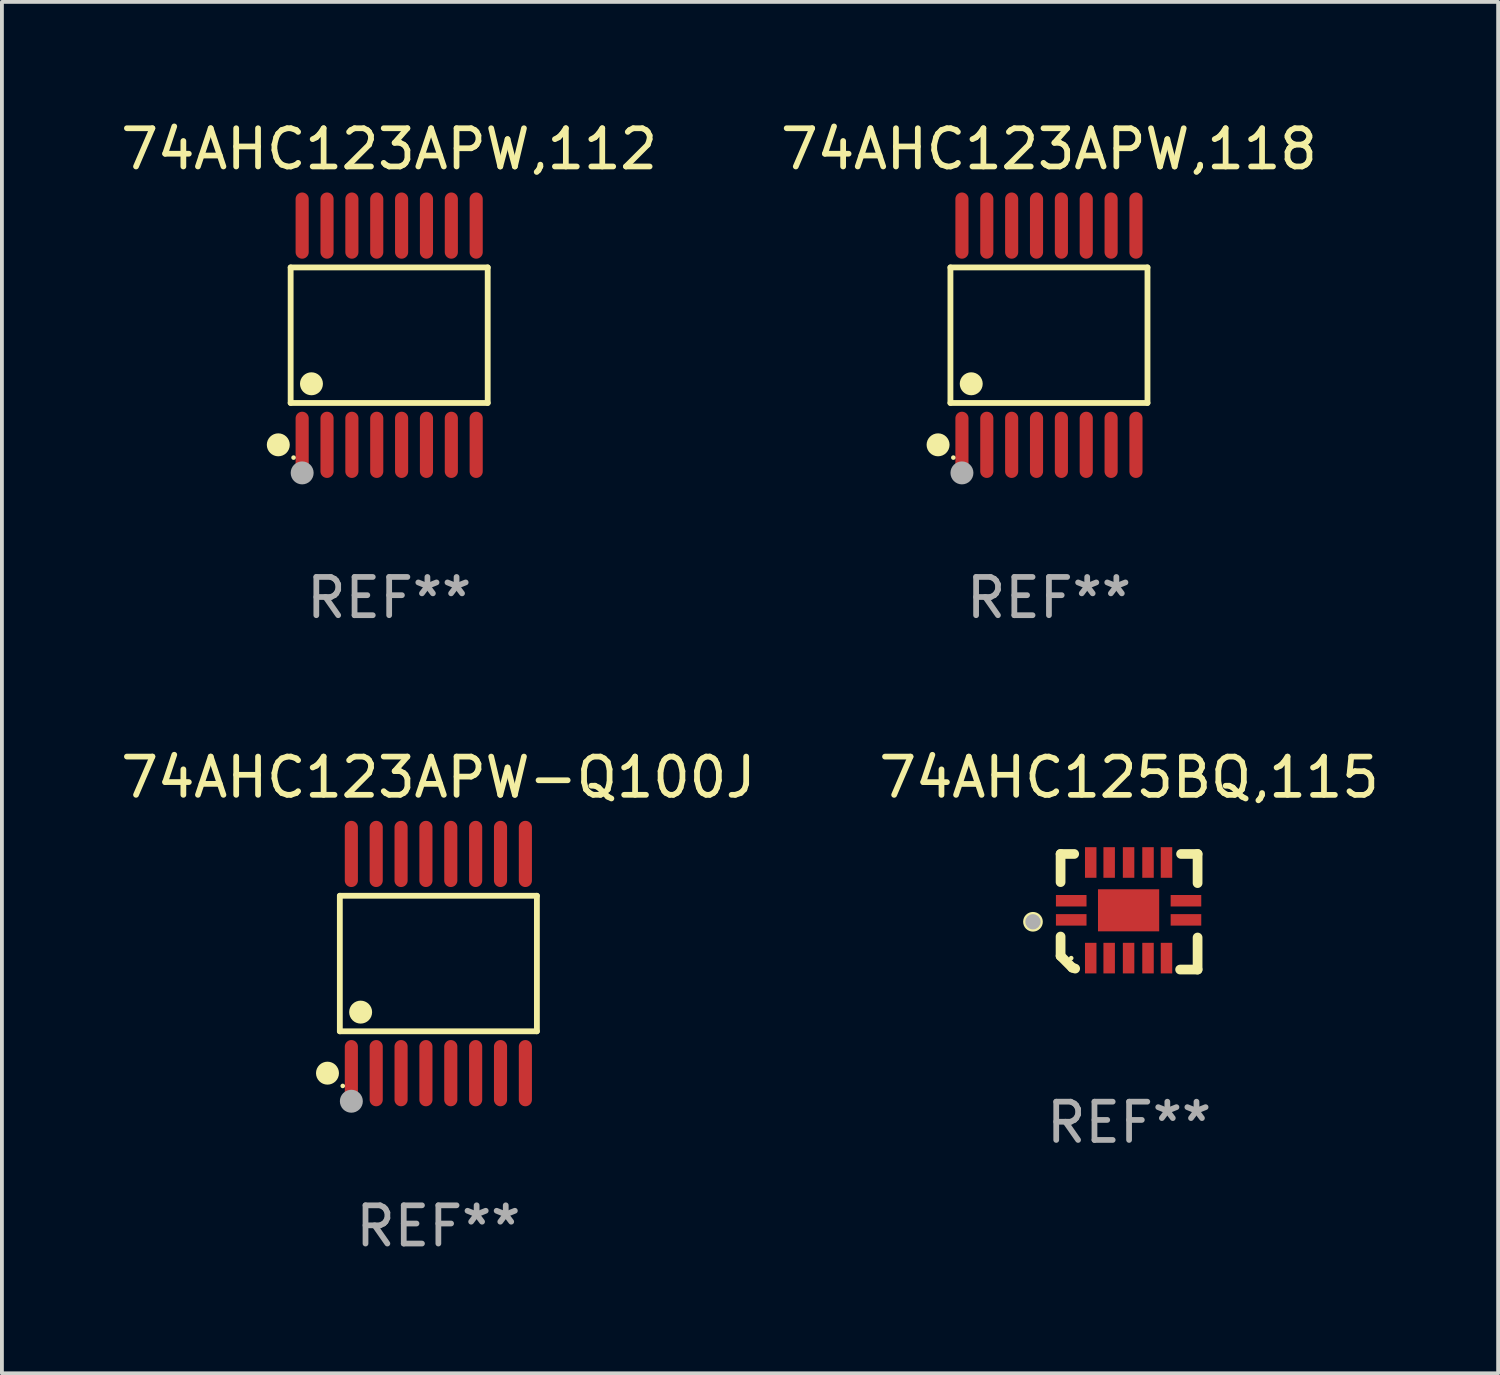
<source format=kicad_pcb>
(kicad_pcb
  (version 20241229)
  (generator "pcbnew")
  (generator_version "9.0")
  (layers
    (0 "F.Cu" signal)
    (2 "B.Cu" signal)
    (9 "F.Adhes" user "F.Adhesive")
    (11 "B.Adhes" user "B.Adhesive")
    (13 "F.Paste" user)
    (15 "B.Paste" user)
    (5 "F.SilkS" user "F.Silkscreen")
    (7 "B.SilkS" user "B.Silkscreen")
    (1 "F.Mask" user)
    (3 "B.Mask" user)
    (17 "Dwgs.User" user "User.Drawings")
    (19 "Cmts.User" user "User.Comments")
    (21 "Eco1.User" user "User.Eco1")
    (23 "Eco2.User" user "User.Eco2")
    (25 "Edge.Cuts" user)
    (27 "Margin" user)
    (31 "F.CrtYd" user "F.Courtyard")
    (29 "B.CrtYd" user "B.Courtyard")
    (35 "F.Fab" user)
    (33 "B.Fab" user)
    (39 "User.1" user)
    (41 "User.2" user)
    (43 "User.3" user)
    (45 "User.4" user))
  (footprint "74AHC123APW,118"
    (layer "F.Cu")
    (at 24.375 5.714)
    (property "Reference" "74AHC123APW,118" (at 0 -4.866 0) (layer "F.SilkS") (effects (font (size 1 1) (thickness 0.15))))
    (attr through_hole)
    (fp_line (start -2.576 -1.772) (end 2.576 -1.772) (stroke (width 0.152) (type solid)) (layer "F.SilkS"))
    (fp_line (start -2.576 1.771) (end -2.576 -1.772) (stroke (width 0.152) (type solid)) (layer "F.SilkS"))
    (fp_line (start 2.576 -1.772) (end 2.576 1.771) (stroke (width 0.152) (type solid)) (layer "F.SilkS"))
    (fp_line (start 2.576 1.771) (end -2.576 1.771) (stroke (width 0.152) (type solid)) (layer "F.SilkS"))
    (fp_circle (center -2.899 2.866) (end -2.749 2.866) (stroke (width 0.3) (type solid)) (fill no) (layer "F.SilkS"))
    (fp_circle (center -2.5 3.2) (end -2.47 3.2) (stroke (width 0.06) (type solid)) (fill no) (layer "F.SilkS"))
    (fp_circle (center -2.032 1.27) (end -1.882 1.27) (stroke (width 0.3) (type solid)) (fill no) (layer "F.SilkS"))
    (fp_circle (center -2.275 3.6) (end -2.125 3.6) (stroke (width 0.3) (type solid)) (fill no) (layer "F.Fab"))
    (fp_text user "REF**" (at 0 6.866 0) (layer "F.Fab") (effects (font (size 1 1) (thickness 0.15))))
    (pad "1" smd oval (at -2.275 2.866) (size 0.343 1.731) (layers "F.Cu" "F.Mask" "F.Paste"))
    (pad "2" smd oval (at -1.625 2.866) (size 0.343 1.731) (layers "F.Cu" "F.Mask" "F.Paste"))
    (pad "3" smd oval (at -0.975 2.866) (size 0.343 1.731) (layers "F.Cu" "F.Mask" "F.Paste"))
    (pad "4" smd oval (at -0.325 2.866) (size 0.343 1.731) (layers "F.Cu" "F.Mask" "F.Paste"))
    (pad "5" smd oval (at 0.325 2.866) (size 0.343 1.731) (layers "F.Cu" "F.Mask" "F.Paste"))
    (pad "6" smd oval (at 0.975 2.866) (size 0.343 1.731) (layers "F.Cu" "F.Mask" "F.Paste"))
    (pad "7" smd oval (at 1.625 2.866) (size 0.343 1.731) (layers "F.Cu" "F.Mask" "F.Paste"))
    (pad "8" smd oval (at 2.275 2.866) (size 0.343 1.731) (layers "F.Cu" "F.Mask" "F.Paste"))
    (pad "9" smd oval (at 2.275 -2.866) (size 0.343 1.731) (layers "F.Cu" "F.Mask" "F.Paste"))
    (pad "10" smd oval (at 1.625 -2.866) (size 0.343 1.731) (layers "F.Cu" "F.Mask" "F.Paste"))
    (pad "11" smd oval (at 0.975 -2.866) (size 0.343 1.731) (layers "F.Cu" "F.Mask" "F.Paste"))
    (pad "12" smd oval (at 0.325 -2.866) (size 0.343 1.731) (layers "F.Cu" "F.Mask" "F.Paste"))
    (pad "13" smd oval (at -0.325 -2.866) (size 0.343 1.731) (layers "F.Cu" "F.Mask" "F.Paste"))
    (pad "14" smd oval (at -0.975 -2.866) (size 0.343 1.731) (layers "F.Cu" "F.Mask" "F.Paste"))
    (pad "15" smd oval (at -1.625 -2.866) (size 0.343 1.731) (layers "F.Cu" "F.Mask" "F.Paste"))
    (pad "16" smd oval (at -2.275 -2.866) (size 0.343 1.731) (layers "F.Cu" "F.Mask" "F.Paste")))
  (footprint "74AHC123APW-Q100J"
    (layer "F.Cu")
    (at 8.411 22.142)
    (property "Reference" "74AHC123APW-Q100J" (at 0 -4.866 0) (layer "F.SilkS") (effects (font (size 1 1) (thickness 0.15))))
    (attr through_hole)
    (fp_line (start -2.576 -1.772) (end 2.576 -1.772) (stroke (width 0.152) (type solid)) (layer "F.SilkS"))
    (fp_line (start -2.576 1.771) (end -2.576 -1.772) (stroke (width 0.152) (type solid)) (layer "F.SilkS"))
    (fp_line (start 2.576 -1.772) (end 2.576 1.771) (stroke (width 0.152) (type solid)) (layer "F.SilkS"))
    (fp_line (start 2.576 1.771) (end -2.576 1.771) (stroke (width 0.152) (type solid)) (layer "F.SilkS"))
    (fp_circle (center -2.899 2.866) (end -2.749 2.866) (stroke (width 0.3) (type solid)) (fill no) (layer "F.SilkS"))
    (fp_circle (center -2.5 3.2) (end -2.47 3.2) (stroke (width 0.06) (type solid)) (fill no) (layer "F.SilkS"))
    (fp_circle (center -2.032 1.27) (end -1.882 1.27) (stroke (width 0.3) (type solid)) (fill no) (layer "F.SilkS"))
    (fp_circle (center -2.275 3.6) (end -2.125 3.6) (stroke (width 0.3) (type solid)) (fill no) (layer "F.Fab"))
    (fp_text user "REF**" (at 0 6.866 0) (layer "F.Fab") (effects (font (size 1 1) (thickness 0.15))))
    (pad "1" smd oval (at -2.275 2.866) (size 0.343 1.731) (layers "F.Cu" "F.Mask" "F.Paste"))
    (pad "2" smd oval (at -1.625 2.866) (size 0.343 1.731) (layers "F.Cu" "F.Mask" "F.Paste"))
    (pad "3" smd oval (at -0.975 2.866) (size 0.343 1.731) (layers "F.Cu" "F.Mask" "F.Paste"))
    (pad "4" smd oval (at -0.325 2.866) (size 0.343 1.731) (layers "F.Cu" "F.Mask" "F.Paste"))
    (pad "5" smd oval (at 0.325 2.866) (size 0.343 1.731) (layers "F.Cu" "F.Mask" "F.Paste"))
    (pad "6" smd oval (at 0.975 2.866) (size 0.343 1.731) (layers "F.Cu" "F.Mask" "F.Paste"))
    (pad "7" smd oval (at 1.625 2.866) (size 0.343 1.731) (layers "F.Cu" "F.Mask" "F.Paste"))
    (pad "8" smd oval (at 2.275 2.866) (size 0.343 1.731) (layers "F.Cu" "F.Mask" "F.Paste"))
    (pad "9" smd oval (at 2.275 -2.866) (size 0.343 1.731) (layers "F.Cu" "F.Mask" "F.Paste"))
    (pad "10" smd oval (at 1.625 -2.866) (size 0.343 1.731) (layers "F.Cu" "F.Mask" "F.Paste"))
    (pad "11" smd oval (at 0.975 -2.866) (size 0.343 1.731) (layers "F.Cu" "F.Mask" "F.Paste"))
    (pad "12" smd oval (at 0.325 -2.866) (size 0.343 1.731) (layers "F.Cu" "F.Mask" "F.Paste"))
    (pad "13" smd oval (at -0.325 -2.866) (size 0.343 1.731) (layers "F.Cu" "F.Mask" "F.Paste"))
    (pad "14" smd oval (at -0.975 -2.866) (size 0.343 1.731) (layers "F.Cu" "F.Mask" "F.Paste"))
    (pad "15" smd oval (at -1.625 -2.866) (size 0.343 1.731) (layers "F.Cu" "F.Mask" "F.Paste"))
    (pad "16" smd oval (at -2.275 -2.866) (size 0.343 1.731) (layers "F.Cu" "F.Mask" "F.Paste")))
  (footprint "74AHC123APW,112"
    (layer "F.Cu")
    (at 7.125 5.714)
    (property "Reference" "74AHC123APW,112" (at 0 -4.866 0) (layer "F.SilkS") (effects (font (size 1 1) (thickness 0.15))))
    (attr through_hole)
    (fp_line (start -2.576 -1.772) (end 2.576 -1.772) (stroke (width 0.152) (type solid)) (layer "F.SilkS"))
    (fp_line (start -2.576 1.771) (end -2.576 -1.772) (stroke (width 0.152) (type solid)) (layer "F.SilkS"))
    (fp_line (start 2.576 -1.772) (end 2.576 1.771) (stroke (width 0.152) (type solid)) (layer "F.SilkS"))
    (fp_line (start 2.576 1.771) (end -2.576 1.771) (stroke (width 0.152) (type solid)) (layer "F.SilkS"))
    (fp_circle (center -2.899 2.866) (end -2.749 2.866) (stroke (width 0.3) (type solid)) (fill no) (layer "F.SilkS"))
    (fp_circle (center -2.5 3.2) (end -2.47 3.2) (stroke (width 0.06) (type solid)) (fill no) (layer "F.SilkS"))
    (fp_circle (center -2.032 1.27) (end -1.882 1.27) (stroke (width 0.3) (type solid)) (fill no) (layer "F.SilkS"))
    (fp_circle (center -2.275 3.6) (end -2.125 3.6) (stroke (width 0.3) (type solid)) (fill no) (layer "F.Fab"))
    (fp_text user "REF**" (at 0 6.866 0) (layer "F.Fab") (effects (font (size 1 1) (thickness 0.15))))
    (pad "1" smd oval (at -2.275 2.866) (size 0.343 1.731) (layers "F.Cu" "F.Mask" "F.Paste"))
    (pad "2" smd oval (at -1.625 2.866) (size 0.343 1.731) (layers "F.Cu" "F.Mask" "F.Paste"))
    (pad "3" smd oval (at -0.975 2.866) (size 0.343 1.731) (layers "F.Cu" "F.Mask" "F.Paste"))
    (pad "4" smd oval (at -0.325 2.866) (size 0.343 1.731) (layers "F.Cu" "F.Mask" "F.Paste"))
    (pad "5" smd oval (at 0.325 2.866) (size 0.343 1.731) (layers "F.Cu" "F.Mask" "F.Paste"))
    (pad "6" smd oval (at 0.975 2.866) (size 0.343 1.731) (layers "F.Cu" "F.Mask" "F.Paste"))
    (pad "7" smd oval (at 1.625 2.866) (size 0.343 1.731) (layers "F.Cu" "F.Mask" "F.Paste"))
    (pad "8" smd oval (at 2.275 2.866) (size 0.343 1.731) (layers "F.Cu" "F.Mask" "F.Paste"))
    (pad "9" smd oval (at 2.275 -2.866) (size 0.343 1.731) (layers "F.Cu" "F.Mask" "F.Paste"))
    (pad "10" smd oval (at 1.625 -2.866) (size 0.343 1.731) (layers "F.Cu" "F.Mask" "F.Paste"))
    (pad "11" smd oval (at 0.975 -2.866) (size 0.343 1.731) (layers "F.Cu" "F.Mask" "F.Paste"))
    (pad "12" smd oval (at 0.325 -2.866) (size 0.343 1.731) (layers "F.Cu" "F.Mask" "F.Paste"))
    (pad "13" smd oval (at -0.325 -2.866) (size 0.343 1.731) (layers "F.Cu" "F.Mask" "F.Paste"))
    (pad "14" smd oval (at -0.975 -2.866) (size 0.343 1.731) (layers "F.Cu" "F.Mask" "F.Paste"))
    (pad "15" smd oval (at -1.625 -2.866) (size 0.343 1.731) (layers "F.Cu" "F.Mask" "F.Paste"))
    (pad "16" smd oval (at -2.275 -2.866) (size 0.343 1.731) (layers "F.Cu" "F.Mask" "F.Paste")))
  (footprint "74AHC125BQ,115"
    (layer "F.Cu")
    (at 26.47 20.788)
    (property "Reference" "74AHC125BQ,115" (at 0 -3.511 0) (layer "F.SilkS") (effects (font (size 1 1) (thickness 0.15))))
    (attr through_hole)
    (fp_line (start -1.791 -1.511) (end -1.435 -1.511) (stroke (width 0.254) (type solid)) (layer "F.SilkS"))
    (fp_line (start -1.791 -0.775) (end -1.791 -1.511) (stroke (width 0.254) (type solid)) (layer "F.SilkS"))
    (fp_line (start -1.791 1.156) (end -1.791 0.648) (stroke (width 0.254) (type solid)) (layer "F.SilkS"))
    (fp_line (start -1.486 1.461) (end -1.791 1.156) (stroke (width 0.254) (type solid)) (layer "F.SilkS"))
    (fp_line (start -1.41 1.486) (end -1.486 1.461) (stroke (width 0.254) (type solid)) (layer "F.SilkS"))
    (fp_line (start 1.334 1.511) (end 1.791 1.511) (stroke (width 0.254) (type solid)) (layer "F.SilkS"))
    (fp_line (start 1.791 -1.511) (end 1.359 -1.511) (stroke (width 0.254) (type solid)) (layer "F.SilkS"))
    (fp_line (start 1.791 -0.749) (end 1.791 -1.511) (stroke (width 0.254) (type solid)) (layer "F.SilkS"))
    (fp_line (start 1.791 1.511) (end 1.791 0.673) (stroke (width 0.254) (type solid)) (layer "F.SilkS"))
    (fp_circle (center -2.513 0.262) (end -2.383 0.262) (stroke (width 0.254) (type solid)) (fill no) (layer "F.SilkS"))
    (fp_circle (center -1.513 1.212) (end -1.483 1.212) (stroke (width 0.06) (type solid)) (fill no) (layer "F.SilkS"))
    (fp_circle (center -2.513 0.262) (end -2.413 0.262) (stroke (width 0.2) (type solid)) (fill no) (layer "F.Fab"))
    (fp_text user "REF**" (at 0 5.511 0) (layer "F.Fab") (effects (font (size 1 1) (thickness 0.15))))
    (pad "1" smd rect (at -1.513 0.212) (size 0.8 0.3) (layers "F.Cu" "F.Mask" "F.Paste"))
    (pad "2" smd rect (at -1.003 1.212) (size 0.3 0.8) (layers "F.Cu" "F.Mask" "F.Paste"))
    (pad "3" smd rect (at -0.521 1.212) (size 0.3 0.8) (layers "F.Cu" "F.Mask" "F.Paste"))
    (pad "4" smd rect (at -0.013 1.212) (size 0.3 0.8) (layers "F.Cu" "F.Mask" "F.Paste"))
    (pad "5" smd rect (at 0.495 1.212) (size 0.3 0.8) (layers "F.Cu" "F.Mask" "F.Paste"))
    (pad "6" smd rect (at 0.978 1.212) (size 0.3 0.8) (layers "F.Cu" "F.Mask" "F.Paste"))
    (pad "7" smd rect (at 1.487 0.212) (size 0.8 0.3) (layers "F.Cu" "F.Mask" "F.Paste"))
    (pad "8" smd rect (at 1.487 -0.288) (size 0.8 0.3) (layers "F.Cu" "F.Mask" "F.Paste"))
    (pad "9" smd rect (at 0.978 -1.288) (size 0.3 0.8) (layers "F.Cu" "F.Mask" "F.Paste"))
    (pad "10" smd rect (at 0.495 -1.288) (size 0.3 0.8) (layers "F.Cu" "F.Mask" "F.Paste"))
    (pad "11" smd rect (at -0.013 -1.288) (size 0.3 0.8) (layers "F.Cu" "F.Mask" "F.Paste"))
    (pad "12" smd rect (at -0.521 -1.288) (size 0.3 0.8) (layers "F.Cu" "F.Mask" "F.Paste"))
    (pad "13" smd rect (at -1.003 -1.288) (size 0.3 0.8) (layers "F.Cu" "F.Mask" "F.Paste"))
    (pad "14" smd rect (at -1.513 -0.288) (size 0.8 0.3) (layers "F.Cu" "F.Mask" "F.Paste"))
    (pad "15" smd rect (at -0.013 -0.038 90) (size 1.1 1.6) (layers "F.Cu" "F.Mask" "F.Paste")))
  (gr_rect
    (start -3 -3)
    (end 36.119 32.856)
    (stroke (width 0.1) (type default))
    (fill no)
    (layer "Edge.Cuts")))
</source>
